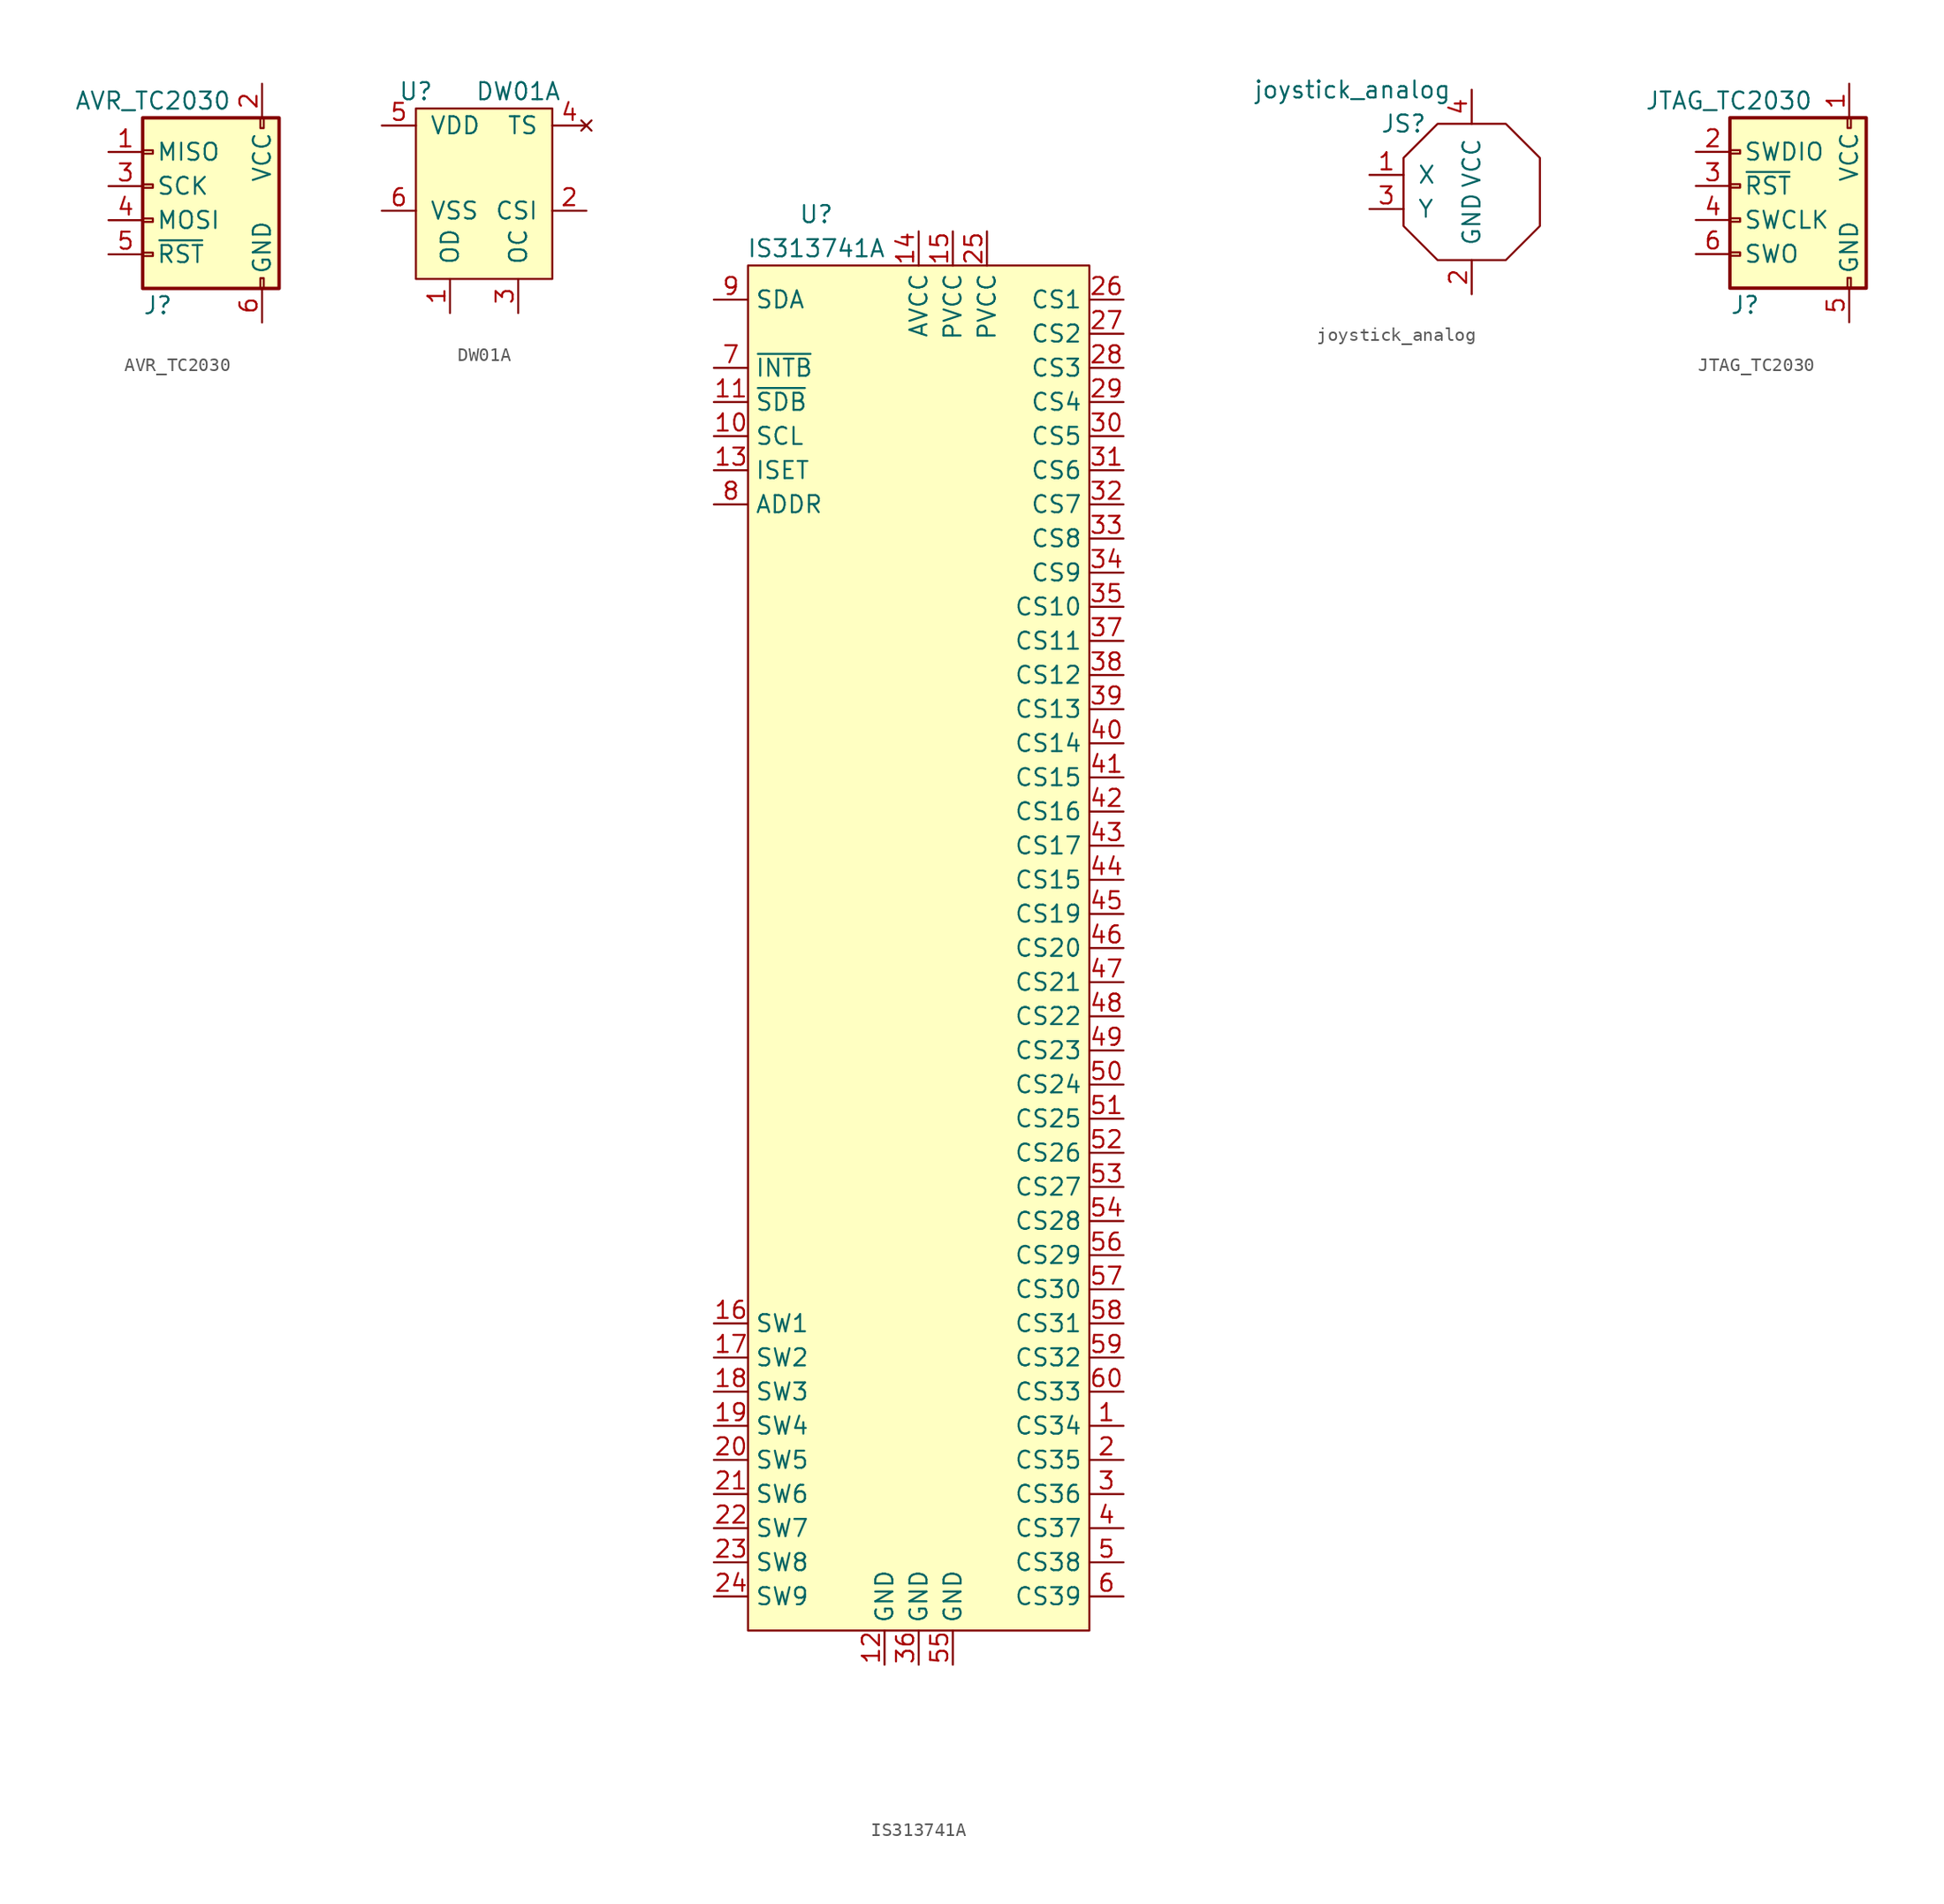
<source format=kicad_sym>
(kicad_symbol_lib
  (version 20211014)
  (generator kicad_symbol_editor)
  (symbol "AVR_TC2030"
    (pin_names
      (offset 1.016))
    (property "Reference" "J"
      (at -3.81 -6.35 0)
      (effects (font (size 1.27 1.27)) (justify left)))
    (property "Value" "AVR_TC2030"
      (at -8.89 8.89 0)
      (effects (font (size 1.27 1.27)) (justify left)))
    (symbol "AVR_TC2030_0_1"
      (rectangle (start -3.81 7.62) (end 6.35 -5.08) (stroke (width 0.254) (type default) (color 0 0 0 0)) (fill (type background)))
      (rectangle (start -3.048 -2.667) (end -3.81 -2.413) (stroke (width 0) (type default) (color 0 0 0 0)) (fill (type none)))
      (rectangle (start -3.048 -0.127) (end -3.81 0.127) (stroke (width 0) (type default) (color 0 0 0 0)) (fill (type none)))
      (rectangle (start -3.048 2.413) (end -3.81 2.667) (stroke (width 0) (type default) (color 0 0 0 0)) (fill (type none)))
      (rectangle (start -3.048 4.953) (end -3.81 5.207) (stroke (width 0) (type default) (color 0 0 0 0)) (fill (type none)))
      (rectangle (start 4.953 -5.08) (end 5.207 -4.318) (stroke (width 0) (type default) (color 0 0 0 0)) (fill (type none)))
      (rectangle (start 4.953 6.858) (end 5.207 7.62) (stroke (width 0) (type default) (color 0 0 0 0)) (fill (type none))))
    (symbol "AVR_TC2030_1_1"
      (pin passive line (at -6.35 5.08 0) (length 2.54) (name "MISO" (effects (font (size 1.27 1.27)))) (number "1" (effects (font (size 1.27 1.27)))))
      (pin passive line (at 5.08 10.16 270) (length 2.54) (name "VCC" (effects (font (size 1.27 1.27)))) (number "2" (effects (font (size 1.27 1.27)))))
      (pin passive line (at -6.35 2.54 0) (length 2.54) (name "SCK" (effects (font (size 1.27 1.27)))) (number "3" (effects (font (size 1.27 1.27)))))
      (pin passive line (at -6.35 0 0) (length 2.54) (name "MOSI" (effects (font (size 1.27 1.27)))) (number "4" (effects (font (size 1.27 1.27)))))
      (pin passive line (at -6.35 -2.54 0) (length 2.54) (name "~{RST}" (effects (font (size 1.27 1.27)))) (number "5" (effects (font (size 1.27 1.27)))))
      (pin passive line (at 5.08 -7.62 90) (length 2.54) (name "GND" (effects (font (size 1.27 1.27)))) (number "6" (effects (font (size 1.27 1.27)))))))
  (symbol "DW01A"
    (pin_names
      (offset 1.016))
    (property "Reference" "U"
      (at -5.08 7.62 0)
      (effects (font (size 1.27 1.27))))
    (property "Value" "DW01A"
      (at 2.54 7.62 0)
      (effects (font (size 1.27 1.27))))
    (symbol "DW01A_0_1"
      (rectangle (start -5.08 6.35) (end 5.08 -6.35) (stroke (width 0) (type default) (color 0 0 0 0)) (fill (type background))))
    (symbol "DW01A_1_1"
      (pin output line (at -2.54 -8.89 90) (length 2.54) (name "OD" (effects (font (size 1.27 1.27)))) (number "1" (effects (font (size 1.27 1.27)))))
      (pin input line (at 7.62 -1.27 180) (length 2.54) (name "CSI" (effects (font (size 1.27 1.27)))) (number "2" (effects (font (size 1.27 1.27)))))
      (pin output line (at 2.54 -8.89 90) (length 2.54) (name "OC" (effects (font (size 1.27 1.27)))) (number "3" (effects (font (size 1.27 1.27)))))
      (pin no_connect line (at 7.62 5.08 180) (length 2.54) (name "TS" (effects (font (size 1.27 1.27)))) (number "4" (effects (font (size 1.27 1.27)))))
      (pin power_in line (at -7.62 5.08 0) (length 2.54) (name "VDD" (effects (font (size 1.27 1.27)))) (number "5" (effects (font (size 1.27 1.27)))))
      (pin power_in line (at -7.62 -1.27 0) (length 2.54) (name "VSS" (effects (font (size 1.27 1.27)))) (number "6" (effects (font (size 1.27 1.27)))))))
  (symbol "IS313741A"
    (property "Reference" "U"
      (at -7.62 54.61 0)
      (effects (font (size 1.27 1.27))))
    (property "Value" "IS313741A"
      (at -7.62 52.07 0)
      (effects (font (size 1.27 1.27))))
    (symbol "IS313741A_0_0"
      (pin power_out line (at 15.24 -35.56 180) (length 2.54) (name "CS34" (effects (font (size 1.27 1.27)))) (number "1" (effects (font (size 1.27 1.27)))))
      (pin input line (at -15.24 38.1 0) (length 2.54) (name "SCL" (effects (font (size 1.27 1.27)))) (number "10" (effects (font (size 1.27 1.27)))))
      (pin input line (at -15.24 40.64 0) (length 2.54) (name "~{SDB}" (effects (font (size 1.27 1.27)))) (number "11" (effects (font (size 1.27 1.27)))))
      (pin power_in line (at -2.54 -53.34 90) (length 2.54) (name "GND" (effects (font (size 1.27 1.27)))) (number "12" (effects (font (size 1.27 1.27)))))
      (pin input line (at -15.24 35.56 0) (length 2.54) (name "ISET" (effects (font (size 1.27 1.27)))) (number "13" (effects (font (size 1.27 1.27)))))
      (pin power_in line (at 0 53.34 270) (length 2.54) (name "AVCC" (effects (font (size 1.27 1.27)))) (number "14" (effects (font (size 1.27 1.27)))))
      (pin power_in line (at 2.54 53.34 270) (length 2.54) (name "PVCC" (effects (font (size 1.27 1.27)))) (number "15" (effects (font (size 1.27 1.27)))))
      (pin power_out line (at -15.24 -27.94 0) (length 2.54) (name "SW1" (effects (font (size 1.27 1.27)))) (number "16" (effects (font (size 1.27 1.27)))))
      (pin power_out line (at -15.24 -30.48 0) (length 2.54) (name "SW2" (effects (font (size 1.27 1.27)))) (number "17" (effects (font (size 1.27 1.27)))))
      (pin power_out line (at -15.24 -33.02 0) (length 2.54) (name "SW3" (effects (font (size 1.27 1.27)))) (number "18" (effects (font (size 1.27 1.27)))))
      (pin power_out line (at -15.24 -35.56 0) (length 2.54) (name "SW4" (effects (font (size 1.27 1.27)))) (number "19" (effects (font (size 1.27 1.27)))))
      (pin power_out line (at 15.24 -38.1 180) (length 2.54) (name "CS35" (effects (font (size 1.27 1.27)))) (number "2" (effects (font (size 1.27 1.27)))))
      (pin power_out line (at -15.24 -38.1 0) (length 2.54) (name "SW5" (effects (font (size 1.27 1.27)))) (number "20" (effects (font (size 1.27 1.27)))))
      (pin power_out line (at -15.24 -40.64 0) (length 2.54) (name "SW6" (effects (font (size 1.27 1.27)))) (number "21" (effects (font (size 1.27 1.27)))))
      (pin power_out line (at -15.24 -43.18 0) (length 2.54) (name "SW7" (effects (font (size 1.27 1.27)))) (number "22" (effects (font (size 1.27 1.27)))))
      (pin power_out line (at -15.24 -45.72 0) (length 2.54) (name "SW8" (effects (font (size 1.27 1.27)))) (number "23" (effects (font (size 1.27 1.27)))))
      (pin power_out line (at -15.24 -48.26 0) (length 2.54) (name "SW9" (effects (font (size 1.27 1.27)))) (number "24" (effects (font (size 1.27 1.27)))))
      (pin power_in line (at 5.08 53.34 270) (length 2.54) (name "PVCC" (effects (font (size 1.27 1.27)))) (number "25" (effects (font (size 1.27 1.27)))))
      (pin power_out line (at 15.24 48.26 180) (length 2.54) (name "CS1" (effects (font (size 1.27 1.27)))) (number "26" (effects (font (size 1.27 1.27)))))
      (pin power_out line (at 15.24 45.72 180) (length 2.54) (name "CS2" (effects (font (size 1.27 1.27)))) (number "27" (effects (font (size 1.27 1.27)))))
      (pin power_out line (at 15.24 43.18 180) (length 2.54) (name "CS3" (effects (font (size 1.27 1.27)))) (number "28" (effects (font (size 1.27 1.27)))))
      (pin power_out line (at 15.24 40.64 180) (length 2.54) (name "CS4" (effects (font (size 1.27 1.27)))) (number "29" (effects (font (size 1.27 1.27)))))
      (pin power_out line (at 15.24 -40.64 180) (length 2.54) (name "CS36" (effects (font (size 1.27 1.27)))) (number "3" (effects (font (size 1.27 1.27)))))
      (pin power_out line (at 15.24 38.1 180) (length 2.54) (name "CS5" (effects (font (size 1.27 1.27)))) (number "30" (effects (font (size 1.27 1.27)))))
      (pin power_out line (at 15.24 35.56 180) (length 2.54) (name "CS6" (effects (font (size 1.27 1.27)))) (number "31" (effects (font (size 1.27 1.27)))))
      (pin power_out line (at 15.24 33.02 180) (length 2.54) (name "CS7" (effects (font (size 1.27 1.27)))) (number "32" (effects (font (size 1.27 1.27)))))
      (pin power_out line (at 15.24 30.48 180) (length 2.54) (name "CS8" (effects (font (size 1.27 1.27)))) (number "33" (effects (font (size 1.27 1.27)))))
      (pin power_out line (at 15.24 27.94 180) (length 2.54) (name "CS9" (effects (font (size 1.27 1.27)))) (number "34" (effects (font (size 1.27 1.27)))))
      (pin power_out line (at 15.24 25.4 180) (length 2.54) (name "CS10" (effects (font (size 1.27 1.27)))) (number "35" (effects (font (size 1.27 1.27)))))
      (pin power_in line (at 0 -53.34 90) (length 2.54) (name "GND" (effects (font (size 1.27 1.27)))) (number "36" (effects (font (size 1.27 1.27)))))
      (pin power_out line (at 15.24 22.86 180) (length 2.54) (name "CS11" (effects (font (size 1.27 1.27)))) (number "37" (effects (font (size 1.27 1.27)))))
      (pin power_out line (at 15.24 20.32 180) (length 2.54) (name "CS12" (effects (font (size 1.27 1.27)))) (number "38" (effects (font (size 1.27 1.27)))))
      (pin power_out line (at 15.24 17.78 180) (length 2.54) (name "CS13" (effects (font (size 1.27 1.27)))) (number "39" (effects (font (size 1.27 1.27)))))
      (pin power_out line (at 15.24 -43.18 180) (length 2.54) (name "CS37" (effects (font (size 1.27 1.27)))) (number "4" (effects (font (size 1.27 1.27)))))
      (pin power_out line (at 15.24 15.24 180) (length 2.54) (name "CS14" (effects (font (size 1.27 1.27)))) (number "40" (effects (font (size 1.27 1.27)))))
      (pin power_out line (at 15.24 12.7 180) (length 2.54) (name "CS15" (effects (font (size 1.27 1.27)))) (number "41" (effects (font (size 1.27 1.27)))))
      (pin power_out line (at 15.24 10.16 180) (length 2.54) (name "CS16" (effects (font (size 1.27 1.27)))) (number "42" (effects (font (size 1.27 1.27)))))
      (pin power_out line (at 15.24 7.62 180) (length 2.54) (name "CS17" (effects (font (size 1.27 1.27)))) (number "43" (effects (font (size 1.27 1.27)))))
      (pin power_out line (at 15.24 5.08 180) (length 2.54) (name "CS15" (effects (font (size 1.27 1.27)))) (number "44" (effects (font (size 1.27 1.27)))))
      (pin power_out line (at 15.24 2.54 180) (length 2.54) (name "CS19" (effects (font (size 1.27 1.27)))) (number "45" (effects (font (size 1.27 1.27)))))
      (pin power_out line (at 15.24 0 180) (length 2.54) (name "CS20" (effects (font (size 1.27 1.27)))) (number "46" (effects (font (size 1.27 1.27)))))
      (pin power_out line (at 15.24 -2.54 180) (length 2.54) (name "CS21" (effects (font (size 1.27 1.27)))) (number "47" (effects (font (size 1.27 1.27)))))
      (pin power_out line (at 15.24 -5.08 180) (length 2.54) (name "CS22" (effects (font (size 1.27 1.27)))) (number "48" (effects (font (size 1.27 1.27)))))
      (pin power_out line (at 15.24 -7.62 180) (length 2.54) (name "CS23" (effects (font (size 1.27 1.27)))) (number "49" (effects (font (size 1.27 1.27)))))
      (pin power_out line (at 15.24 -45.72 180) (length 2.54) (name "CS38" (effects (font (size 1.27 1.27)))) (number "5" (effects (font (size 1.27 1.27)))))
      (pin power_out line (at 15.24 -10.16 180) (length 2.54) (name "CS24" (effects (font (size 1.27 1.27)))) (number "50" (effects (font (size 1.27 1.27)))))
      (pin power_out line (at 15.24 -12.7 180) (length 2.54) (name "CS25" (effects (font (size 1.27 1.27)))) (number "51" (effects (font (size 1.27 1.27)))))
      (pin power_out line (at 15.24 -15.24 180) (length 2.54) (name "CS26" (effects (font (size 1.27 1.27)))) (number "52" (effects (font (size 1.27 1.27)))))
      (pin power_out line (at 15.24 -17.78 180) (length 2.54) (name "CS27" (effects (font (size 1.27 1.27)))) (number "53" (effects (font (size 1.27 1.27)))))
      (pin power_out line (at 15.24 -20.32 180) (length 2.54) (name "CS28" (effects (font (size 1.27 1.27)))) (number "54" (effects (font (size 1.27 1.27)))))
      (pin power_in line (at 2.54 -53.34 90) (length 2.54) (name "GND" (effects (font (size 1.27 1.27)))) (number "55" (effects (font (size 1.27 1.27)))))
      (pin power_out line (at 15.24 -22.86 180) (length 2.54) (name "CS29" (effects (font (size 1.27 1.27)))) (number "56" (effects (font (size 1.27 1.27)))))
      (pin power_out line (at 15.24 -25.4 180) (length 2.54) (name "CS30" (effects (font (size 1.27 1.27)))) (number "57" (effects (font (size 1.27 1.27)))))
      (pin power_out line (at 15.24 -27.94 180) (length 2.54) (name "CS31" (effects (font (size 1.27 1.27)))) (number "58" (effects (font (size 1.27 1.27)))))
      (pin power_out line (at 15.24 -30.48 180) (length 2.54) (name "CS32" (effects (font (size 1.27 1.27)))) (number "59" (effects (font (size 1.27 1.27)))))
      (pin power_out line (at 15.24 -48.26 180) (length 2.54) (name "CS39" (effects (font (size 1.27 1.27)))) (number "6" (effects (font (size 1.27 1.27)))))
      (pin power_out line (at 15.24 -33.02 180) (length 2.54) (name "CS33" (effects (font (size 1.27 1.27)))) (number "60" (effects (font (size 1.27 1.27)))))
      (pin power_in line (at 2.54 -53.34 90) (length 2.54) hide (name "GND" (effects (font (size 1.27 1.27)))) (number "61" (effects (font (size 1.27 1.27)))))
      (pin open_collector line (at -15.24 43.18 0) (length 2.54) (name "~{INTB}" (effects (font (size 1.27 1.27)))) (number "7" (effects (font (size 1.27 1.27)))))
      (pin input line (at -15.24 33.02 0) (length 2.54) (name "ADDR" (effects (font (size 1.27 1.27)))) (number "8" (effects (font (size 1.27 1.27)))))
      (pin bidirectional line (at -15.24 48.26 0) (length 2.54) (name "SDA" (effects (font (size 1.27 1.27)))) (number "9" (effects (font (size 1.27 1.27))))))
    (symbol "IS313741A_0_1"
      (rectangle (start -12.7 50.8) (end 12.7 -50.8) (stroke (width 0.152) (type default) (color 0 0 0 0)) (fill (type background)))))
  (symbol "joystick_analog"
    (pin_names
      (offset 1.016))
    (property "Reference" "JS"
      (at -5.08 5.08 0)
      (effects (font (size 1.27 1.27))))
    (property "Value" "joystick_analog"
      (at -8.89 7.62 0)
      (effects (font (size 1.27 1.27))))
    (symbol "joystick_analog_0_1"
      (polyline (pts (xy -5.08 2.54) (xy -5.08 -2.54) (xy -2.54 -5.08) (xy 1.27 -5.08) (xy 2.54 -5.08) (xy 5.08 -2.54) (xy 5.08 2.54) (xy 2.54 5.08) (xy -2.54 5.08) (xy -5.08 2.54)) (stroke (width 0) (type default) (color 0 0 0 0)) (fill (type none))))
    (symbol "joystick_analog_1_1"
      (pin output line (at -7.62 1.27 0) (length 2.54) (name "X" (effects (font (size 1.27 1.27)))) (number "1" (effects (font (size 1.27 1.27)))))
      (pin power_in line (at 0 -7.62 90) (length 2.54) (name "GND" (effects (font (size 1.27 1.27)))) (number "2" (effects (font (size 1.27 1.27)))))
      (pin output line (at -7.62 -1.27 0) (length 2.54) (name "Y" (effects (font (size 1.27 1.27)))) (number "3" (effects (font (size 1.27 1.27)))))
      (pin power_in line (at 0 7.62 270) (length 2.54) (name "VCC" (effects (font (size 1.27 1.27)))) (number "4" (effects (font (size 1.27 1.27)))))))
  (symbol "JTAG_TC2030"
    (pin_names
      (offset 1.016))
    (property "Reference" "J"
      (at -3.81 -6.35 0)
      (effects (font (size 1.27 1.27)) (justify left)))
    (property "Value" "JTAG_TC2030"
      (at -10.16 8.89 0)
      (effects (font (size 1.27 1.27)) (justify left)))
    (symbol "JTAG_TC2030_0_1"
      (rectangle (start -3.81 7.62) (end 6.35 -5.08) (stroke (width 0.254) (type default) (color 0 0 0 0)) (fill (type background)))
      (rectangle (start -3.048 -2.667) (end -3.81 -2.413) (stroke (width 0) (type default) (color 0 0 0 0)) (fill (type none)))
      (rectangle (start -3.048 -0.127) (end -3.81 0.127) (stroke (width 0) (type default) (color 0 0 0 0)) (fill (type none)))
      (rectangle (start -3.048 2.413) (end -3.81 2.667) (stroke (width 0) (type default) (color 0 0 0 0)) (fill (type none)))
      (rectangle (start -3.048 4.953) (end -3.81 5.207) (stroke (width 0) (type default) (color 0 0 0 0)) (fill (type none)))
      (rectangle (start 4.953 -5.08) (end 5.207 -4.318) (stroke (width 0) (type default) (color 0 0 0 0)) (fill (type none)))
      (rectangle (start 4.953 6.858) (end 5.207 7.62) (stroke (width 0) (type default) (color 0 0 0 0)) (fill (type none))))
    (symbol "JTAG_TC2030_1_1"
      (pin passive line (at 5.08 10.16 270) (length 2.54) (name "VCC" (effects (font (size 1.27 1.27)))) (number "1" (effects (font (size 1.27 1.27)))))
      (pin passive line (at -6.35 5.08 0) (length 2.54) (name "SWDIO" (effects (font (size 1.27 1.27)))) (number "2" (effects (font (size 1.27 1.27)))))
      (pin passive line (at -6.35 2.54 0) (length 2.54) (name "~{RST}" (effects (font (size 1.27 1.27)))) (number "3" (effects (font (size 1.27 1.27)))))
      (pin passive line (at -6.35 0 0) (length 2.54) (name "SWCLK" (effects (font (size 1.27 1.27)))) (number "4" (effects (font (size 1.27 1.27)))))
      (pin passive line (at 5.08 -7.62 90) (length 2.54) (name "GND" (effects (font (size 1.27 1.27)))) (number "5" (effects (font (size 1.27 1.27)))))
      (pin passive line (at -6.35 -2.54 0) (length 2.54) (name "SWO" (effects (font (size 1.27 1.27)))) (number "6" (effects (font (size 1.27 1.27))))))))
</source>
